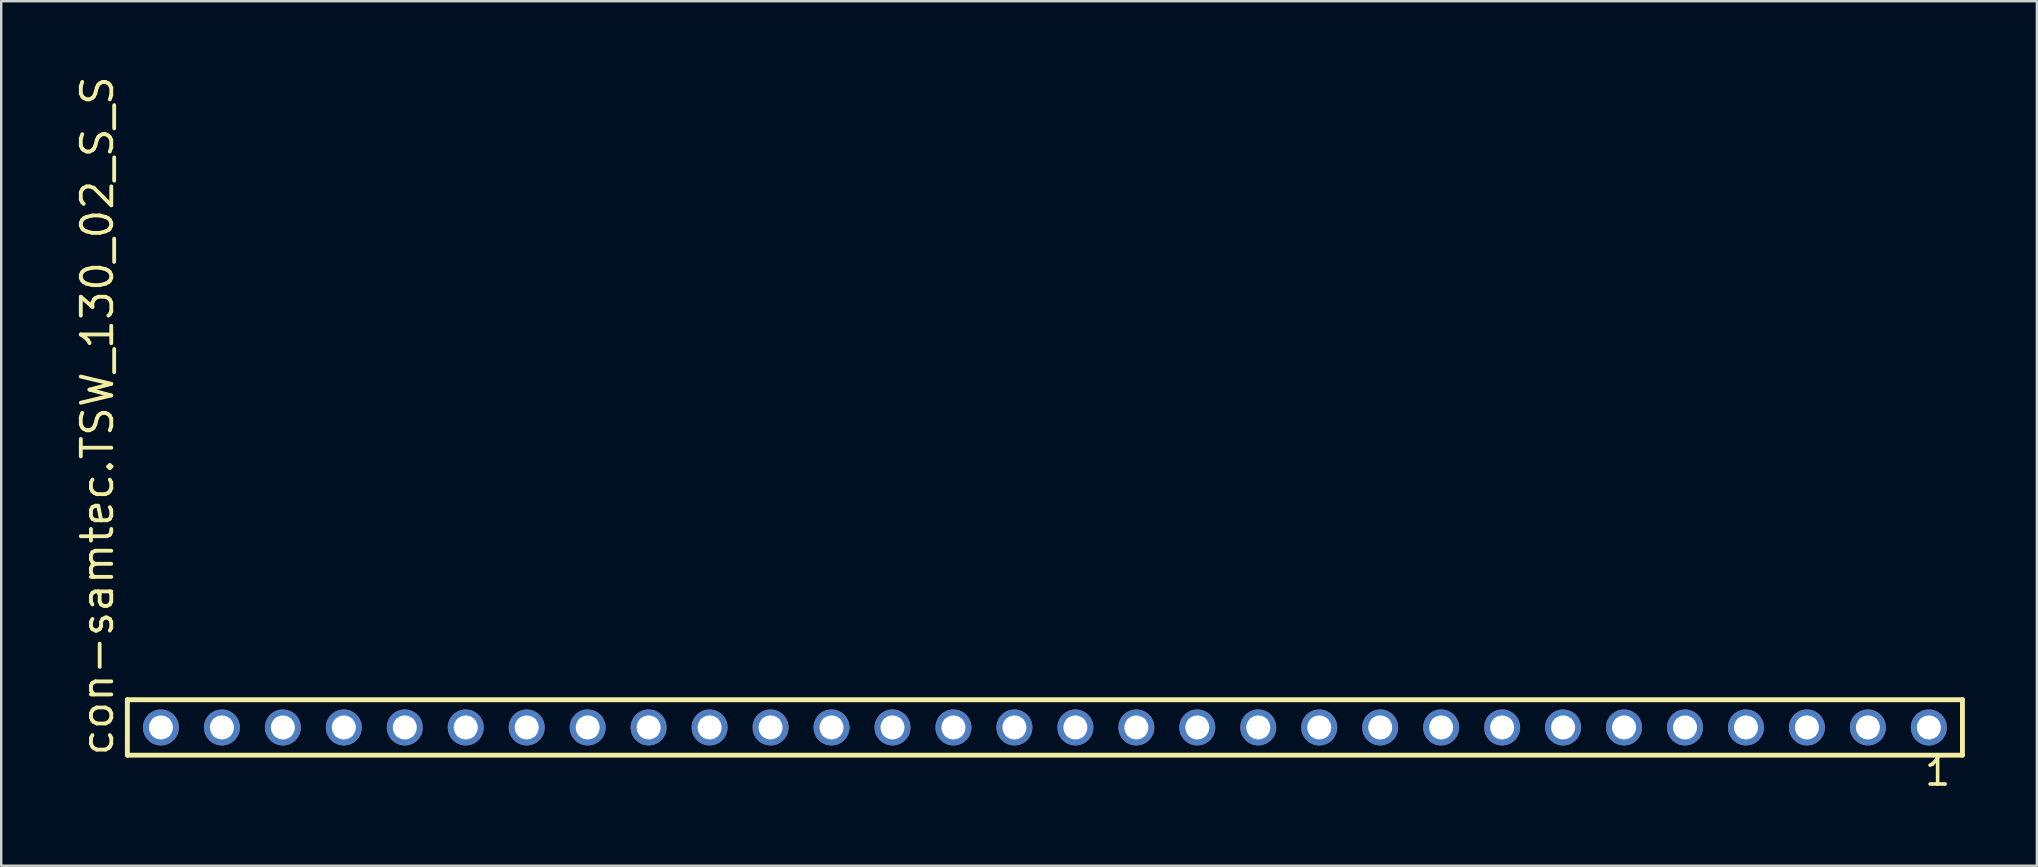
<source format=kicad_pcb>
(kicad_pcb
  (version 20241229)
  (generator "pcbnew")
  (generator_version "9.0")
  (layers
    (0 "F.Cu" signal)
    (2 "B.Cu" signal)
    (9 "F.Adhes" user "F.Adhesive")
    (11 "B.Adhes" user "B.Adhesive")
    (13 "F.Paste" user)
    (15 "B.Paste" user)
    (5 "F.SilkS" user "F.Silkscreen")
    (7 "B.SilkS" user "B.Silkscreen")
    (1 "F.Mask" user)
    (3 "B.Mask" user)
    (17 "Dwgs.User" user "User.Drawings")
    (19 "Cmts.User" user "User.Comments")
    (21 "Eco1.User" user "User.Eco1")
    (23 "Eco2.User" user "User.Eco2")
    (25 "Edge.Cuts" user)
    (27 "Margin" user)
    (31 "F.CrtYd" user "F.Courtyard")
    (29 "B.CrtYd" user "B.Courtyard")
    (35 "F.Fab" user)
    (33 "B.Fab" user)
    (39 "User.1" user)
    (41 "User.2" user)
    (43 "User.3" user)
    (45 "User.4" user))
  (footprint "con-samtec.TSW_130_02_S_S"
    (layer "F.Cu")
    (at 40.485 27.259)
    (property "Reference" "con-samtec.TSW_130_02_S_S" (at -38.735 1.27 90) (layer "F.SilkS") (effects (font (size 1.27 1.27) (thickness 0.16)) (justify left bottom)))
    (attr through_hole)
    (fp_line (start -38.229 -1.155) (end 38.229 -1.155) (stroke (width 0.203) (type default)) (layer "F.SilkS"))
    (fp_line (start -38.229 1.155) (end -38.229 -1.155) (stroke (width 0.203) (type default)) (layer "F.SilkS"))
    (fp_line (start 38.229 -1.155) (end 38.229 1.155) (stroke (width 0.203) (type default)) (layer "F.SilkS"))
    (fp_line (start 38.229 1.155) (end -38.229 1.155) (stroke (width 0.203) (type default)) (layer "F.SilkS"))
    (fp_rect (start -37.18 0.35) (end -36.48 -0.35) (stroke (width 0.05) (type default)) (fill no) (layer "F.Fab"))
    (fp_rect (start -34.64 0.35) (end -33.94 -0.35) (stroke (width 0.05) (type default)) (fill no) (layer "F.Fab"))
    (fp_rect (start -32.1 0.35) (end -31.4 -0.35) (stroke (width 0.05) (type default)) (fill no) (layer "F.Fab"))
    (fp_rect (start -29.56 0.35) (end -28.86 -0.35) (stroke (width 0.05) (type default)) (fill no) (layer "F.Fab"))
    (fp_rect (start -27.02 0.35) (end -26.32 -0.35) (stroke (width 0.05) (type default)) (fill no) (layer "F.Fab"))
    (fp_rect (start -24.48 0.35) (end -23.78 -0.35) (stroke (width 0.05) (type default)) (fill no) (layer "F.Fab"))
    (fp_rect (start -21.94 0.35) (end -21.24 -0.35) (stroke (width 0.05) (type default)) (fill no) (layer "F.Fab"))
    (fp_rect (start -19.4 0.35) (end -18.7 -0.35) (stroke (width 0.05) (type default)) (fill no) (layer "F.Fab"))
    (fp_rect (start -16.86 0.35) (end -16.16 -0.35) (stroke (width 0.05) (type default)) (fill no) (layer "F.Fab"))
    (fp_rect (start -14.32 0.35) (end -13.62 -0.35) (stroke (width 0.05) (type default)) (fill no) (layer "F.Fab"))
    (fp_rect (start -11.78 0.35) (end -11.08 -0.35) (stroke (width 0.05) (type default)) (fill no) (layer "F.Fab"))
    (fp_rect (start -9.24 0.35) (end -8.54 -0.35) (stroke (width 0.05) (type default)) (fill no) (layer "F.Fab"))
    (fp_rect (start -6.7 0.35) (end -6 -0.35) (stroke (width 0.05) (type default)) (fill no) (layer "F.Fab"))
    (fp_rect (start -4.16 0.35) (end -3.46 -0.35) (stroke (width 0.05) (type default)) (fill no) (layer "F.Fab"))
    (fp_rect (start -1.62 0.35) (end -0.92 -0.35) (stroke (width 0.05) (type default)) (fill no) (layer "F.Fab"))
    (fp_rect (start 0.92 0.35) (end 1.62 -0.35) (stroke (width 0.05) (type default)) (fill no) (layer "F.Fab"))
    (fp_rect (start 3.46 0.35) (end 4.16 -0.35) (stroke (width 0.05) (type default)) (fill no) (layer "F.Fab"))
    (fp_rect (start 6 0.35) (end 6.7 -0.35) (stroke (width 0.05) (type default)) (fill no) (layer "F.Fab"))
    (fp_rect (start 8.54 0.35) (end 9.24 -0.35) (stroke (width 0.05) (type default)) (fill no) (layer "F.Fab"))
    (fp_rect (start 11.08 0.35) (end 11.78 -0.35) (stroke (width 0.05) (type default)) (fill no) (layer "F.Fab"))
    (fp_rect (start 13.62 0.35) (end 14.32 -0.35) (stroke (width 0.05) (type default)) (fill no) (layer "F.Fab"))
    (fp_rect (start 16.16 0.35) (end 16.86 -0.35) (stroke (width 0.05) (type default)) (fill no) (layer "F.Fab"))
    (fp_rect (start 18.7 0.35) (end 19.4 -0.35) (stroke (width 0.05) (type default)) (fill no) (layer "F.Fab"))
    (fp_rect (start 21.24 0.35) (end 21.94 -0.35) (stroke (width 0.05) (type default)) (fill no) (layer "F.Fab"))
    (fp_rect (start 23.78 0.35) (end 24.48 -0.35) (stroke (width 0.05) (type default)) (fill no) (layer "F.Fab"))
    (fp_rect (start 26.32 0.35) (end 27.02 -0.35) (stroke (width 0.05) (type default)) (fill no) (layer "F.Fab"))
    (fp_rect (start 28.86 0.35) (end 29.56 -0.35) (stroke (width 0.05) (type default)) (fill no) (layer "F.Fab"))
    (fp_rect (start 31.4 0.35) (end 32.1 -0.35) (stroke (width 0.05) (type default)) (fill no) (layer "F.Fab"))
    (fp_rect (start 33.94 0.35) (end 34.64 -0.35) (stroke (width 0.05) (type default)) (fill no) (layer "F.Fab"))
    (fp_rect (start 36.48 0.35) (end 37.18 -0.35) (stroke (width 0.05) (type default)) (fill no) (layer "F.Fab"))
    (fp_text user "1" (at 36.572 2.498 0) (layer "F.SilkS") (effects (font (size 1.1 1.1) (thickness 0.15)) (justify left bottom)))
    (pad "1" thru_hole circle (at 36.83 0 180) (size 1.5 1.5) (drill 1) (layers "*.Cu" "*.Mask"))
    (pad "2" thru_hole circle (at 34.29 0 180) (size 1.5 1.5) (drill 1) (layers "*.Cu" "*.Mask"))
    (pad "3" thru_hole circle (at 31.75 0 180) (size 1.5 1.5) (drill 1) (layers "*.Cu" "*.Mask"))
    (pad "4" thru_hole circle (at 29.21 0 180) (size 1.5 1.5) (drill 1) (layers "*.Cu" "*.Mask"))
    (pad "5" thru_hole circle (at 26.67 0 180) (size 1.5 1.5) (drill 1) (layers "*.Cu" "*.Mask"))
    (pad "6" thru_hole circle (at 24.13 0 180) (size 1.5 1.5) (drill 1) (layers "*.Cu" "*.Mask"))
    (pad "7" thru_hole circle (at 21.59 0 180) (size 1.5 1.5) (drill 1) (layers "*.Cu" "*.Mask"))
    (pad "8" thru_hole circle (at 19.05 0 180) (size 1.5 1.5) (drill 1) (layers "*.Cu" "*.Mask"))
    (pad "9" thru_hole circle (at 16.51 0 180) (size 1.5 1.5) (drill 1) (layers "*.Cu" "*.Mask"))
    (pad "10" thru_hole circle (at 13.97 0 180) (size 1.5 1.5) (drill 1) (layers "*.Cu" "*.Mask"))
    (pad "11" thru_hole circle (at 11.43 0 180) (size 1.5 1.5) (drill 1) (layers "*.Cu" "*.Mask"))
    (pad "12" thru_hole circle (at 8.89 0 180) (size 1.5 1.5) (drill 1) (layers "*.Cu" "*.Mask"))
    (pad "13" thru_hole circle (at 6.35 0 180) (size 1.5 1.5) (drill 1) (layers "*.Cu" "*.Mask"))
    (pad "14" thru_hole circle (at 3.81 0 180) (size 1.5 1.5) (drill 1) (layers "*.Cu" "*.Mask"))
    (pad "15" thru_hole circle (at 1.27 0 180) (size 1.5 1.5) (drill 1) (layers "*.Cu" "*.Mask"))
    (pad "16" thru_hole circle (at -1.27 0 180) (size 1.5 1.5) (drill 1) (layers "*.Cu" "*.Mask"))
    (pad "17" thru_hole circle (at -3.81 0 180) (size 1.5 1.5) (drill 1) (layers "*.Cu" "*.Mask"))
    (pad "18" thru_hole circle (at -6.35 0 180) (size 1.5 1.5) (drill 1) (layers "*.Cu" "*.Mask"))
    (pad "19" thru_hole circle (at -8.89 0 180) (size 1.5 1.5) (drill 1) (layers "*.Cu" "*.Mask"))
    (pad "20" thru_hole circle (at -11.43 0 180) (size 1.5 1.5) (drill 1) (layers "*.Cu" "*.Mask"))
    (pad "21" thru_hole circle (at -13.97 0 180) (size 1.5 1.5) (drill 1) (layers "*.Cu" "*.Mask"))
    (pad "22" thru_hole circle (at -16.51 0 180) (size 1.5 1.5) (drill 1) (layers "*.Cu" "*.Mask"))
    (pad "23" thru_hole circle (at -19.05 0 180) (size 1.5 1.5) (drill 1) (layers "*.Cu" "*.Mask"))
    (pad "24" thru_hole circle (at -21.59 0 180) (size 1.5 1.5) (drill 1) (layers "*.Cu" "*.Mask"))
    (pad "25" thru_hole circle (at -24.13 0 180) (size 1.5 1.5) (drill 1) (layers "*.Cu" "*.Mask"))
    (pad "26" thru_hole circle (at -26.67 0 180) (size 1.5 1.5) (drill 1) (layers "*.Cu" "*.Mask"))
    (pad "27" thru_hole circle (at -29.21 0 180) (size 1.5 1.5) (drill 1) (layers "*.Cu" "*.Mask"))
    (pad "28" thru_hole circle (at -31.75 0 180) (size 1.5 1.5) (drill 1) (layers "*.Cu" "*.Mask"))
    (pad "29" thru_hole circle (at -34.29 0 180) (size 1.5 1.5) (drill 1) (layers "*.Cu" "*.Mask"))
    (pad "30" thru_hole circle (at -36.83 0 180) (size 1.5 1.5) (drill 1) (layers "*.Cu" "*.Mask")))
  (gr_rect
    (start -3 -3)
    (end 81.816 33.02)
    (stroke (width 0.1) (type default))
    (fill no)
    (layer "Edge.Cuts")))
</source>
